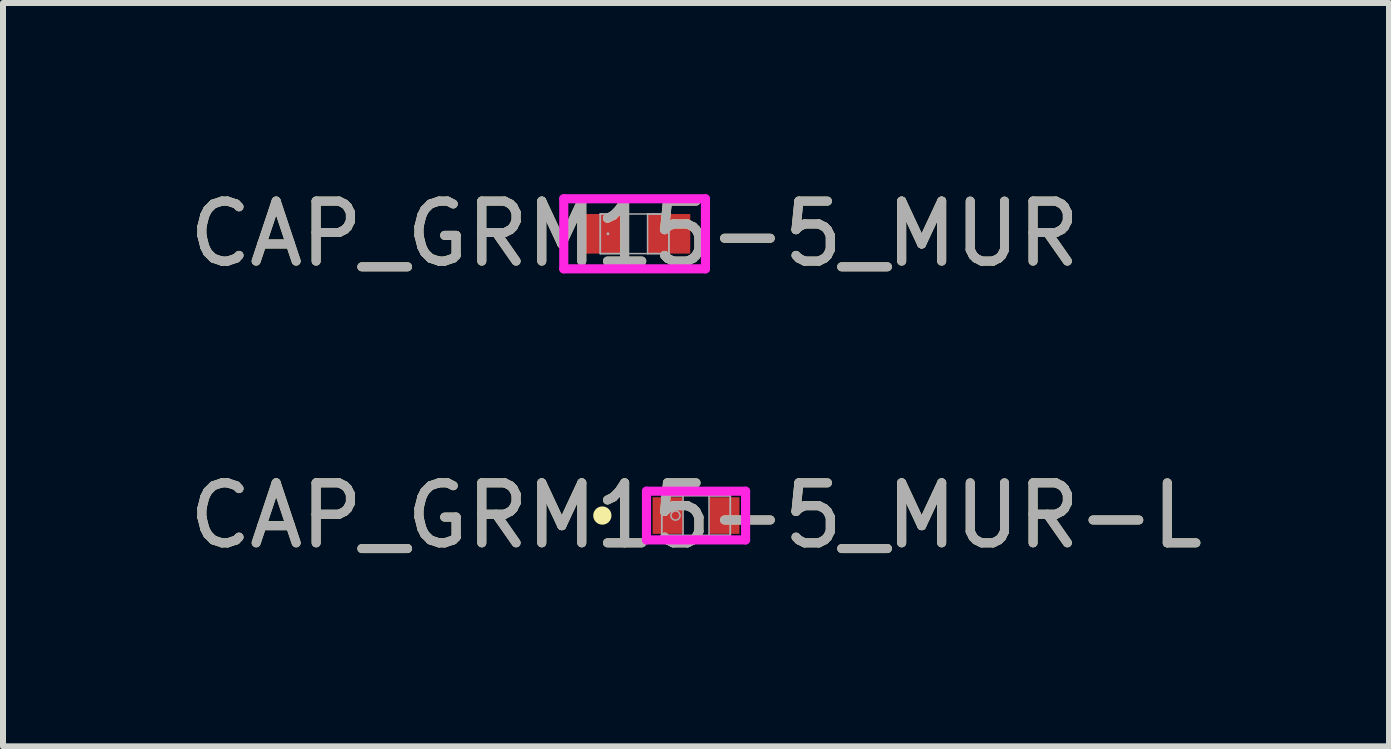
<source format=kicad_pcb>
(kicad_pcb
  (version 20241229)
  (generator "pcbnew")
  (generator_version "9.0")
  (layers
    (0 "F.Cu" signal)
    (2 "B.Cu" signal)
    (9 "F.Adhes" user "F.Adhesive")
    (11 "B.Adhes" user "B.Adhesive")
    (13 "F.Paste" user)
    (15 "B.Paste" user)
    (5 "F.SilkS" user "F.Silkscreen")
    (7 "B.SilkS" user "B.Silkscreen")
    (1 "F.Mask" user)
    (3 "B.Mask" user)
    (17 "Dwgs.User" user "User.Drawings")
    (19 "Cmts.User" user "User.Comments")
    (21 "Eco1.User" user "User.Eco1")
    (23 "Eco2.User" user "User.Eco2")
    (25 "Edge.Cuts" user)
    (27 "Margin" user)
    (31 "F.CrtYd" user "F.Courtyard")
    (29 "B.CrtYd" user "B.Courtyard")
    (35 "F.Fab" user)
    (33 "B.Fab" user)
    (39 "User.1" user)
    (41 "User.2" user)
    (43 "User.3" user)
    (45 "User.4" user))
  (footprint "CAP_GRM15-5_MUR"
    (layer "F.Cu")
    (at 7.53 0.848)
    (property "Reference" "CAP_GRM15-5_MUR" (at 0 0 0) (unlocked yes) (layer "F.SilkS") (effects (font (size 1 1) (thickness 0.15))))
    (attr smd)
    (fp_line (start -1.181 -0.584) (end 1.181 -0.584) (stroke (width 0.152) (type solid)) (layer "F.CrtYd"))
    (fp_line (start -1.181 0.584) (end -1.181 -0.584) (stroke (width 0.152) (type solid)) (layer "F.CrtYd"))
    (fp_line (start 1.181 -0.584) (end 1.181 0.584) (stroke (width 0.152) (type solid)) (layer "F.CrtYd"))
    (fp_line (start 1.181 0.584) (end -1.181 0.584) (stroke (width 0.152) (type solid)) (layer "F.CrtYd"))
    (fp_line (start -0.572 -0.33) (end -0.572 0.33) (stroke (width 0.025) (type solid)) (layer "F.Fab"))
    (fp_line (start -0.572 -0.33) (end -0.572 0.33) (stroke (width 0.025) (type solid)) (layer "F.Fab"))
    (fp_line (start -0.572 0.33) (end -0.216 0.33) (stroke (width 0.025) (type solid)) (layer "F.Fab"))
    (fp_line (start -0.572 0.33) (end 0.572 0.33) (stroke (width 0.025) (type solid)) (layer "F.Fab"))
    (fp_line (start -0.216 -0.33) (end -0.572 -0.33) (stroke (width 0.025) (type solid)) (layer "F.Fab"))
    (fp_line (start -0.216 0.33) (end -0.216 -0.33) (stroke (width 0.025) (type solid)) (layer "F.Fab"))
    (fp_line (start 0.216 -0.33) (end 0.216 0.33) (stroke (width 0.025) (type solid)) (layer "F.Fab"))
    (fp_line (start 0.216 0.33) (end 0.572 0.33) (stroke (width 0.025) (type solid)) (layer "F.Fab"))
    (fp_line (start 0.572 -0.33) (end -0.572 -0.33) (stroke (width 0.025) (type solid)) (layer "F.Fab"))
    (fp_line (start 0.572 -0.33) (end 0.216 -0.33) (stroke (width 0.025) (type solid)) (layer "F.Fab"))
    (fp_line (start 0.572 0.33) (end 0.572 -0.33) (stroke (width 0.025) (type solid)) (layer "F.Fab"))
    (fp_line (start 0.572 0.33) (end 0.572 -0.33) (stroke (width 0.025) (type solid)) (layer "F.Fab"))
    (fp_circle (center -0.445 0) (end -0.445 0) (stroke (width 0.025) (type solid)) (fill no) (layer "F.Fab"))
    (fp_text user "${REFERENCE}" (at 0 0 0) (unlocked yes) (layer "F.Fab") (effects (font (size 1 1) (thickness 0.15))))
    (pad "1" smd rect (at -0.572 0) (size 0.711 0.66) (layers "F.Cu" "F.Mask" "F.Paste"))
    (pad "2" smd rect (at 0.572 0) (size 0.711 0.66) (layers "F.Cu" "F.Mask" "F.Paste"))
    (zone (net_name "") (layer "F.Cu") (hatch full 0.508) (connect_pads) (min_thickness 0.254) (filled_areas_thickness no) (keepout (tracks not_allowed) (vias not_allowed) (pads allowed) (copperpour not_allowed) (footprints allowed)) (placement (enabled no)) (fill) (polygon (pts (xy 7.365 0.569) (xy 7.695 0.569) (xy 7.695 1.128) (xy 7.365 1.128)))))
  (footprint "CAP_GRM15-5_MUR-L"
    (layer "F.Cu")
    (at 8.554 5.545)
    (property "Reference" "CAP_GRM15-5_MUR-L" (at 0 0 0) (unlocked yes) (layer "F.SilkS") (effects (font (size 1 1) (thickness 0.15))))
    (attr smd)
    (fp_circle (center -1.562 0) (end -1.486 0) (stroke (width 0.152) (type solid)) (fill no) (layer "F.SilkS"))
    (fp_line (start -0.826 -0.406) (end 0.826 -0.406) (stroke (width 0.152) (type solid)) (layer "F.CrtYd"))
    (fp_line (start -0.826 0.406) (end -0.826 -0.406) (stroke (width 0.152) (type solid)) (layer "F.CrtYd"))
    (fp_line (start 0.826 -0.406) (end 0.826 0.406) (stroke (width 0.152) (type solid)) (layer "F.CrtYd"))
    (fp_line (start 0.826 0.406) (end -0.826 0.406) (stroke (width 0.152) (type solid)) (layer "F.CrtYd"))
    (fp_line (start -0.572 -0.33) (end -0.572 0.33) (stroke (width 0.025) (type solid)) (layer "F.Fab"))
    (fp_line (start -0.572 -0.33) (end -0.572 0.33) (stroke (width 0.025) (type solid)) (layer "F.Fab"))
    (fp_line (start -0.572 0.33) (end -0.216 0.33) (stroke (width 0.025) (type solid)) (layer "F.Fab"))
    (fp_line (start -0.572 0.33) (end 0.572 0.33) (stroke (width 0.025) (type solid)) (layer "F.Fab"))
    (fp_line (start -0.216 -0.33) (end -0.572 -0.33) (stroke (width 0.025) (type solid)) (layer "F.Fab"))
    (fp_line (start -0.216 0.33) (end -0.216 -0.33) (stroke (width 0.025) (type solid)) (layer "F.Fab"))
    (fp_line (start 0.216 -0.33) (end 0.216 0.33) (stroke (width 0.025) (type solid)) (layer "F.Fab"))
    (fp_line (start 0.216 0.33) (end 0.572 0.33) (stroke (width 0.025) (type solid)) (layer "F.Fab"))
    (fp_line (start 0.572 -0.33) (end -0.572 -0.33) (stroke (width 0.025) (type solid)) (layer "F.Fab"))
    (fp_line (start 0.572 -0.33) (end 0.216 -0.33) (stroke (width 0.025) (type solid)) (layer "F.Fab"))
    (fp_line (start 0.572 0.33) (end 0.572 -0.33) (stroke (width 0.025) (type solid)) (layer "F.Fab"))
    (fp_line (start 0.572 0.33) (end 0.572 -0.33) (stroke (width 0.025) (type solid)) (layer "F.Fab"))
    (fp_circle (center -0.343 0) (end -0.267 0) (stroke (width 0.025) (type solid)) (fill no) (layer "F.Fab"))
    (fp_text user "${REFERENCE}" (at 0 0 0) (unlocked yes) (layer "F.Fab") (effects (font (size 1 1) (thickness 0.15))))
    (pad "1" smd rect (at -0.47 0) (size 0.508 0.61) (layers "F.Cu" "F.Mask" "F.Paste"))
    (pad "2" smd rect (at 0.47 0) (size 0.508 0.61) (layers "F.Cu" "F.Mask" "F.Paste"))
    (zone (net_name "") (layer "F.Cu") (hatch full 0.508) (connect_pads) (min_thickness 0.254) (filled_areas_thickness no) (keepout (tracks not_allowed) (vias not_allowed) (pads allowed) (copperpour not_allowed) (footprints allowed)) (placement (enabled no)) (fill) (polygon (pts (xy 8.388 5.265) (xy 8.719 5.265) (xy 8.719 5.824) (xy 8.388 5.824)))))
  (gr_rect
    (start -3 -3)
    (end 20.107 9.393)
    (stroke (width 0.1) (type default))
    (fill no)
    (layer "Edge.Cuts")))
</source>
